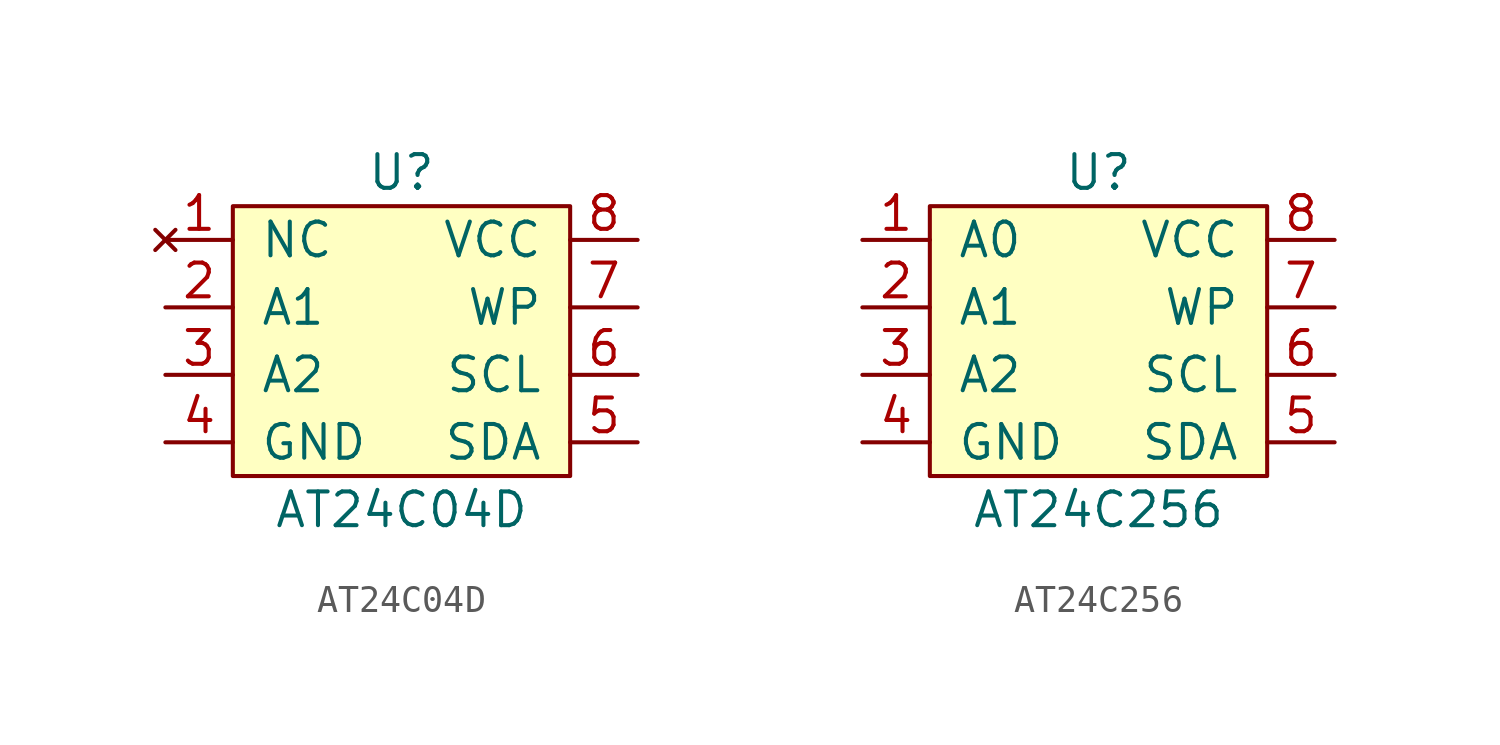
<source format=kicad_sym>
(kicad_symbol_lib
  (version 20220914)
  (generator kicad_symbol_editor)
  (symbol "AT24C04D"
    (pin_names
      (offset 1.016))
    (property "Reference" "U"
      (at 0 6.35 0)
      (effects (font (size 1.27 1.27))))
    (property "Value" "AT24C04D"
      (at 0 -6.35 0)
      (effects (font (size 1.27 1.27))))
    (symbol "AT24C04D_0_1"
      (rectangle (start -6.35 5.08) (end 6.35 -5.08) (stroke (width 0) (type default)) (fill (type background))))
    (symbol "AT24C04D_1_1"
      (pin no_connect line (at -8.89 3.81 0) (length 2.54) (name "NC" (effects (font (size 1.27 1.27)))) (number "1" (effects (font (size 1.27 1.27)))))
      (pin input line (at -8.89 1.27 0) (length 2.54) (name "A1" (effects (font (size 1.27 1.27)))) (number "2" (effects (font (size 1.27 1.27)))))
      (pin input line (at -8.89 -1.27 0) (length 2.54) (name "A2" (effects (font (size 1.27 1.27)))) (number "3" (effects (font (size 1.27 1.27)))))
      (pin power_in line (at -8.89 -3.81 0) (length 2.54) (name "GND" (effects (font (size 1.27 1.27)))) (number "4" (effects (font (size 1.27 1.27)))))
      (pin bidirectional line (at 8.89 -3.81 180) (length 2.54) (name "SDA" (effects (font (size 1.27 1.27)))) (number "5" (effects (font (size 1.27 1.27)))))
      (pin bidirectional line (at 8.89 -1.27 180) (length 2.54) (name "SCL" (effects (font (size 1.27 1.27)))) (number "6" (effects (font (size 1.27 1.27)))))
      (pin input line (at 8.89 1.27 180) (length 2.54) (name "WP" (effects (font (size 1.27 1.27)))) (number "7" (effects (font (size 1.27 1.27)))))
      (pin power_in line (at 8.89 3.81 180) (length 2.54) (name "VCC" (effects (font (size 1.27 1.27)))) (number "8" (effects (font (size 1.27 1.27)))))))
  (symbol "AT24C256"
    (pin_names
      (offset 1.016))
    (property "Reference" "U"
      (at 0 6.35 0)
      (effects (font (size 1.27 1.27))))
    (property "Value" "AT24C256"
      (at 0 -6.35 0)
      (effects (font (size 1.27 1.27))))
    (symbol "AT24C256_0_1"
      (rectangle (start -6.35 5.08) (end 6.35 -5.08) (stroke (width 0) (type default)) (fill (type background))))
    (symbol "AT24C256_1_1"
      (pin input line (at -8.89 3.81 0) (length 2.54) (name "A0" (effects (font (size 1.27 1.27)))) (number "1" (effects (font (size 1.27 1.27)))))
      (pin input line (at -8.89 1.27 0) (length 2.54) (name "A1" (effects (font (size 1.27 1.27)))) (number "2" (effects (font (size 1.27 1.27)))))
      (pin input line (at -8.89 -1.27 0) (length 2.54) (name "A2" (effects (font (size 1.27 1.27)))) (number "3" (effects (font (size 1.27 1.27)))))
      (pin power_in line (at -8.89 -3.81 0) (length 2.54) (name "GND" (effects (font (size 1.27 1.27)))) (number "4" (effects (font (size 1.27 1.27)))))
      (pin bidirectional line (at 8.89 -3.81 180) (length 2.54) (name "SDA" (effects (font (size 1.27 1.27)))) (number "5" (effects (font (size 1.27 1.27)))))
      (pin bidirectional line (at 8.89 -1.27 180) (length 2.54) (name "SCL" (effects (font (size 1.27 1.27)))) (number "6" (effects (font (size 1.27 1.27)))))
      (pin input line (at 8.89 1.27 180) (length 2.54) (name "WP" (effects (font (size 1.27 1.27)))) (number "7" (effects (font (size 1.27 1.27)))))
      (pin power_in line (at 8.89 3.81 180) (length 2.54) (name "VCC" (effects (font (size 1.27 1.27)))) (number "8" (effects (font (size 1.27 1.27))))))))
</source>
